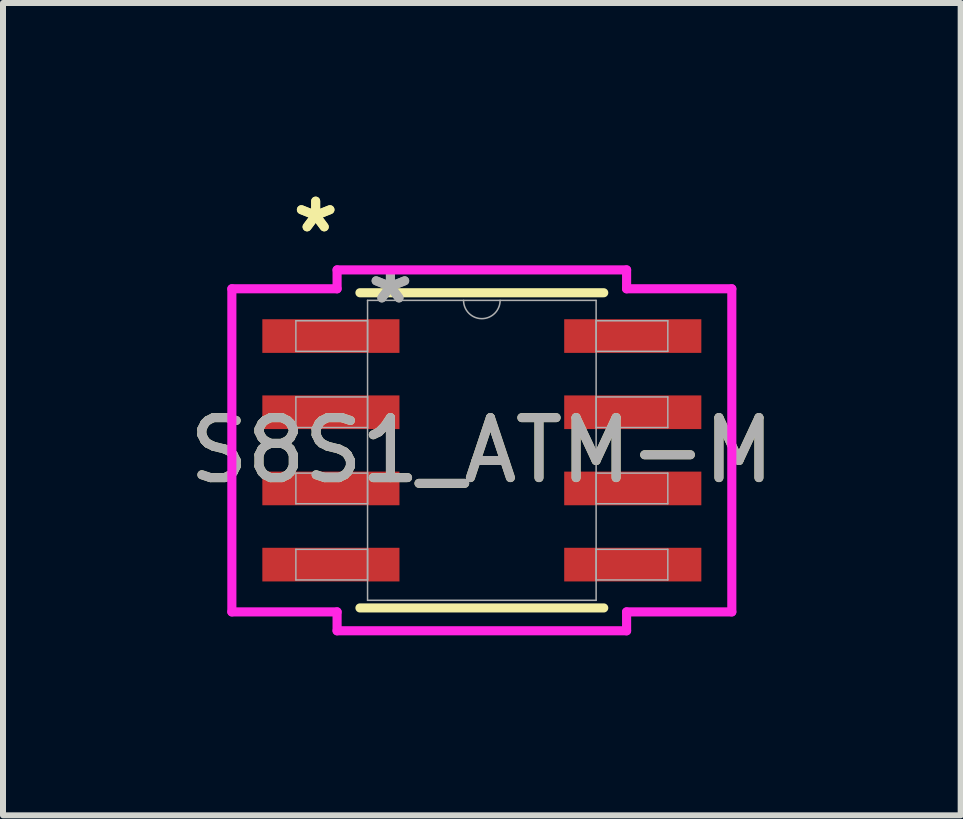
<source format=kicad_pcb>
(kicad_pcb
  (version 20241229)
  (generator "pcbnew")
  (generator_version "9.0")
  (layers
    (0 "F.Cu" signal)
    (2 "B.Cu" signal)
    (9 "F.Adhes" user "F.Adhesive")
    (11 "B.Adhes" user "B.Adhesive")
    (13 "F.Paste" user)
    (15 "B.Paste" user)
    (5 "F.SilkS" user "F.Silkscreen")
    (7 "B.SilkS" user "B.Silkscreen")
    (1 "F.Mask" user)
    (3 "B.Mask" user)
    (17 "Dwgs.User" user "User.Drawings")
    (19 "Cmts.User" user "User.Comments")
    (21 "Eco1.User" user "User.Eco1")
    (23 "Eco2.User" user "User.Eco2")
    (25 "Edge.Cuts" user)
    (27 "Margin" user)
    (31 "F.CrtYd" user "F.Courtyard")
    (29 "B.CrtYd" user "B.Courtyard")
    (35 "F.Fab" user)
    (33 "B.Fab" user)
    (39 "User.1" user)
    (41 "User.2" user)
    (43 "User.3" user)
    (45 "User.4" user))
  (footprint "S8S1_ATM-M"
    (layer "F.Cu")
    (at 4.982 4.457)
    (property "Reference" "S8S1_ATM-M" (at 0 0 0) (unlocked yes) (layer "F.SilkS") (effects (font (size 1 1) (thickness 0.15))))
    (attr smd)
    (fp_line (start -2.032 2.627) (end 2.032 2.627) (stroke (width 0.152) (type solid)) (layer "F.SilkS"))
    (fp_line (start 2.032 -2.627) (end -2.032 -2.627) (stroke (width 0.152) (type solid)) (layer "F.SilkS"))
    (fp_line (start -4.167 -2.693) (end -2.413 -2.693) (stroke (width 0.152) (type solid)) (layer "F.CrtYd"))
    (fp_line (start -4.167 2.693) (end -4.167 -2.693) (stroke (width 0.152) (type solid)) (layer "F.CrtYd"))
    (fp_line (start -4.167 2.693) (end -2.413 2.693) (stroke (width 0.152) (type solid)) (layer "F.CrtYd"))
    (fp_line (start -2.413 -3.008) (end 2.413 -3.008) (stroke (width 0.152) (type solid)) (layer "F.CrtYd"))
    (fp_line (start -2.413 -2.693) (end -2.413 -3.008) (stroke (width 0.152) (type solid)) (layer "F.CrtYd"))
    (fp_line (start -2.413 3.008) (end -2.413 2.693) (stroke (width 0.152) (type solid)) (layer "F.CrtYd"))
    (fp_line (start 2.413 -3.008) (end 2.413 -2.693) (stroke (width 0.152) (type solid)) (layer "F.CrtYd"))
    (fp_line (start 2.413 2.693) (end 2.413 3.008) (stroke (width 0.152) (type solid)) (layer "F.CrtYd"))
    (fp_line (start 2.413 3.008) (end -2.413 3.008) (stroke (width 0.152) (type solid)) (layer "F.CrtYd"))
    (fp_line (start 4.167 -2.693) (end 2.413 -2.693) (stroke (width 0.152) (type solid)) (layer "F.CrtYd"))
    (fp_line (start 4.167 -2.693) (end 4.167 2.693) (stroke (width 0.152) (type solid)) (layer "F.CrtYd"))
    (fp_line (start 4.167 2.693) (end 2.413 2.693) (stroke (width 0.152) (type solid)) (layer "F.CrtYd"))
    (fp_line (start -3.1 -2.16) (end -3.1 -1.65) (stroke (width 0.025) (type solid)) (layer "F.Fab"))
    (fp_line (start -3.1 -1.65) (end -1.905 -1.65) (stroke (width 0.025) (type solid)) (layer "F.Fab"))
    (fp_line (start -3.1 -0.89) (end -3.1 -0.38) (stroke (width 0.025) (type solid)) (layer "F.Fab"))
    (fp_line (start -3.1 -0.38) (end -1.905 -0.38) (stroke (width 0.025) (type solid)) (layer "F.Fab"))
    (fp_line (start -3.1 0.38) (end -3.1 0.89) (stroke (width 0.025) (type solid)) (layer "F.Fab"))
    (fp_line (start -3.1 0.89) (end -1.905 0.89) (stroke (width 0.025) (type solid)) (layer "F.Fab"))
    (fp_line (start -3.1 1.65) (end -3.1 2.16) (stroke (width 0.025) (type solid)) (layer "F.Fab"))
    (fp_line (start -3.1 2.16) (end -1.905 2.16) (stroke (width 0.025) (type solid)) (layer "F.Fab"))
    (fp_line (start -1.905 -2.5) (end -1.905 2.5) (stroke (width 0.025) (type solid)) (layer "F.Fab"))
    (fp_line (start -1.905 -2.16) (end -3.1 -2.16) (stroke (width 0.025) (type solid)) (layer "F.Fab"))
    (fp_line (start -1.905 -1.65) (end -1.905 -2.16) (stroke (width 0.025) (type solid)) (layer "F.Fab"))
    (fp_line (start -1.905 -0.89) (end -3.1 -0.89) (stroke (width 0.025) (type solid)) (layer "F.Fab"))
    (fp_line (start -1.905 -0.38) (end -1.905 -0.89) (stroke (width 0.025) (type solid)) (layer "F.Fab"))
    (fp_line (start -1.905 0.38) (end -3.1 0.38) (stroke (width 0.025) (type solid)) (layer "F.Fab"))
    (fp_line (start -1.905 0.89) (end -1.905 0.38) (stroke (width 0.025) (type solid)) (layer "F.Fab"))
    (fp_line (start -1.905 1.65) (end -3.1 1.65) (stroke (width 0.025) (type solid)) (layer "F.Fab"))
    (fp_line (start -1.905 2.16) (end -1.905 1.65) (stroke (width 0.025) (type solid)) (layer "F.Fab"))
    (fp_line (start -1.905 2.5) (end 1.905 2.5) (stroke (width 0.025) (type solid)) (layer "F.Fab"))
    (fp_line (start 1.905 -2.5) (end -1.905 -2.5) (stroke (width 0.025) (type solid)) (layer "F.Fab"))
    (fp_line (start 1.905 -2.16) (end 1.905 -1.65) (stroke (width 0.025) (type solid)) (layer "F.Fab"))
    (fp_line (start 1.905 -1.65) (end 3.1 -1.65) (stroke (width 0.025) (type solid)) (layer "F.Fab"))
    (fp_line (start 1.905 -0.89) (end 1.905 -0.38) (stroke (width 0.025) (type solid)) (layer "F.Fab"))
    (fp_line (start 1.905 -0.38) (end 3.1 -0.38) (stroke (width 0.025) (type solid)) (layer "F.Fab"))
    (fp_line (start 1.905 0.38) (end 1.905 0.89) (stroke (width 0.025) (type solid)) (layer "F.Fab"))
    (fp_line (start 1.905 0.89) (end 3.1 0.89) (stroke (width 0.025) (type solid)) (layer "F.Fab"))
    (fp_line (start 1.905 1.65) (end 1.905 2.16) (stroke (width 0.025) (type solid)) (layer "F.Fab"))
    (fp_line (start 1.905 2.16) (end 3.1 2.16) (stroke (width 0.025) (type solid)) (layer "F.Fab"))
    (fp_line (start 1.905 2.5) (end 1.905 -2.5) (stroke (width 0.025) (type solid)) (layer "F.Fab"))
    (fp_line (start 3.1 -2.16) (end 1.905 -2.16) (stroke (width 0.025) (type solid)) (layer "F.Fab"))
    (fp_line (start 3.1 -1.65) (end 3.1 -2.16) (stroke (width 0.025) (type solid)) (layer "F.Fab"))
    (fp_line (start 3.1 -0.89) (end 1.905 -0.89) (stroke (width 0.025) (type solid)) (layer "F.Fab"))
    (fp_line (start 3.1 -0.38) (end 3.1 -0.89) (stroke (width 0.025) (type solid)) (layer "F.Fab"))
    (fp_line (start 3.1 0.38) (end 1.905 0.38) (stroke (width 0.025) (type solid)) (layer "F.Fab"))
    (fp_line (start 3.1 0.89) (end 3.1 0.38) (stroke (width 0.025) (type solid)) (layer "F.Fab"))
    (fp_line (start 3.1 1.65) (end 1.905 1.65) (stroke (width 0.025) (type solid)) (layer "F.Fab"))
    (fp_line (start 3.1 2.16) (end 3.1 1.65) (stroke (width 0.025) (type solid)) (layer "F.Fab"))
    (fp_arc (start 0.3048 -2.5) (mid 0 -2.1952) (end -0.3048 -2.5) (stroke (width 0.0254) (type solid)) (layer "F.Fab"))
    (fp_text user "*" (at -2.77 -3.609 0) (layer "F.SilkS") (effects (font (size 1 1) (thickness 0.15))))
    (fp_text user "*" (at -2.77 -3.609 0) (unlocked yes) (layer "F.SilkS") (effects (font (size 1 1) (thickness 0.15))))
    (fp_text user "*" (at -1.524 -2.424 0) (unlocked yes) (layer "F.Fab") (effects (font (size 1 1) (thickness 0.15))))
    (fp_text user "${REFERENCE}" (at 0 0 0) (unlocked yes) (layer "F.Fab") (effects (font (size 1 1) (thickness 0.15))))
    (fp_text user "*" (at -1.524 -2.424 0) (layer "F.Fab") (effects (font (size 1 1) (thickness 0.15))))
    (pad "1" smd rect (at -2.516 -1.905) (size 2.286 0.561) (layers "F.Cu" "F.Mask" "F.Paste"))
    (pad "2" smd rect (at -2.516 -0.635) (size 2.286 0.561) (layers "F.Cu" "F.Mask" "F.Paste"))
    (pad "3" smd rect (at -2.516 0.635) (size 2.286 0.561) (layers "F.Cu" "F.Mask" "F.Paste"))
    (pad "4" smd rect (at -2.516 1.905) (size 2.286 0.561) (layers "F.Cu" "F.Mask" "F.Paste"))
    (pad "5" smd rect (at 2.516 1.905) (size 2.286 0.561) (layers "F.Cu" "F.Mask" "F.Paste"))
    (pad "6" smd rect (at 2.516 0.635) (size 2.286 0.561) (layers "F.Cu" "F.Mask" "F.Paste"))
    (pad "7" smd rect (at 2.516 -0.635) (size 2.286 0.561) (layers "F.Cu" "F.Mask" "F.Paste"))
    (pad "8" smd rect (at 2.516 -1.905) (size 2.286 0.561) (layers "F.Cu" "F.Mask" "F.Paste")))
  (gr_rect
    (start -3 -3)
    (end 12.964 10.541)
    (stroke (width 0.1) (type default))
    (fill no)
    (layer "Edge.Cuts")))
</source>
